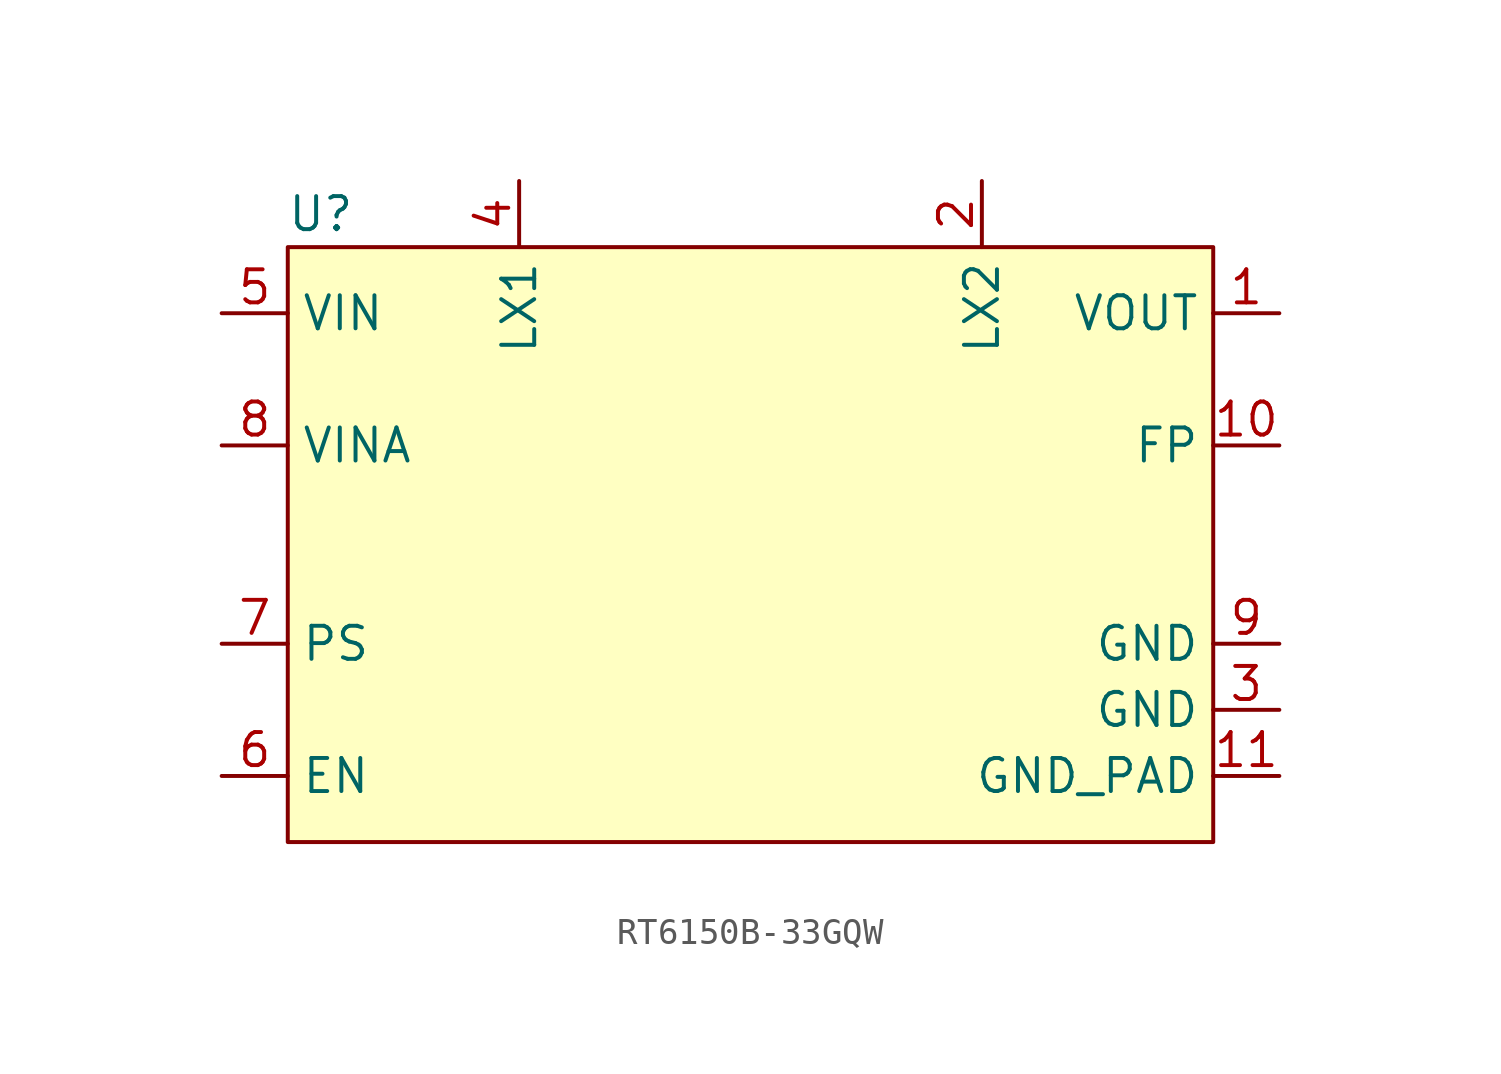
<source format=kicad_sym>
(kicad_symbol_lib
  (version 20220914)
  (generator kicad_symbol_editor)
  (symbol "RT6150B-33GQW"
    (property "Reference" "U"
      (at -16.51 12.7 0)
      (effects (font (size 1.27 1.27))))
    (property "Value" ""
      (at -3.81 11.43 0)
      (effects (font (size 1.27 1.27))))
    (symbol "RT6150B-33GQW_1_1"
      (rectangle (start -17.78 11.43) (end 17.78 -11.43) (stroke (width 0) (type default)) (fill (type background)))
      (pin power_out line (at 20.32 8.89 180) (length 2.54) (name "VOUT" (effects (font (size 1.27 1.27)))) (number "1" (effects (font (size 1.27 1.27)))))
      (pin input line (at 20.32 3.81 180) (length 2.54) (name "FP" (effects (font (size 1.27 1.27)))) (number "10" (effects (font (size 1.27 1.27)))))
      (pin input line (at 20.32 -8.89 180) (length 2.54) (name "GND_PAD" (effects (font (size 1.27 1.27)))) (number "11" (effects (font (size 1.27 1.27)))))
      (pin passive line (at 8.89 13.97 270) (length 2.54) (name "LX2" (effects (font (size 1.27 1.27)))) (number "2" (effects (font (size 1.27 1.27)))))
      (pin input line (at 20.32 -6.35 180) (length 2.54) (name "GND" (effects (font (size 1.27 1.27)))) (number "3" (effects (font (size 1.27 1.27)))))
      (pin passive line (at -8.89 13.97 270) (length 2.54) (name "LX1" (effects (font (size 1.27 1.27)))) (number "4" (effects (font (size 1.27 1.27)))))
      (pin power_in line (at -20.32 8.89 0) (length 2.54) (name "VIN" (effects (font (size 1.27 1.27)))) (number "5" (effects (font (size 1.27 1.27)))))
      (pin input line (at -20.32 -8.89 0) (length 2.54) (name "EN" (effects (font (size 1.27 1.27)))) (number "6" (effects (font (size 1.27 1.27)))))
      (pin input line (at -20.32 -3.81 0) (length 2.54) (name "PS" (effects (font (size 1.27 1.27)))) (number "7" (effects (font (size 1.27 1.27)))))
      (pin power_in line (at -20.32 3.81 0) (length 2.54) (name "VINA" (effects (font (size 1.27 1.27)))) (number "8" (effects (font (size 1.27 1.27)))))
      (pin input line (at 20.32 -3.81 180) (length 2.54) (name "GND" (effects (font (size 1.27 1.27)))) (number "9" (effects (font (size 1.27 1.27))))))))
</source>
